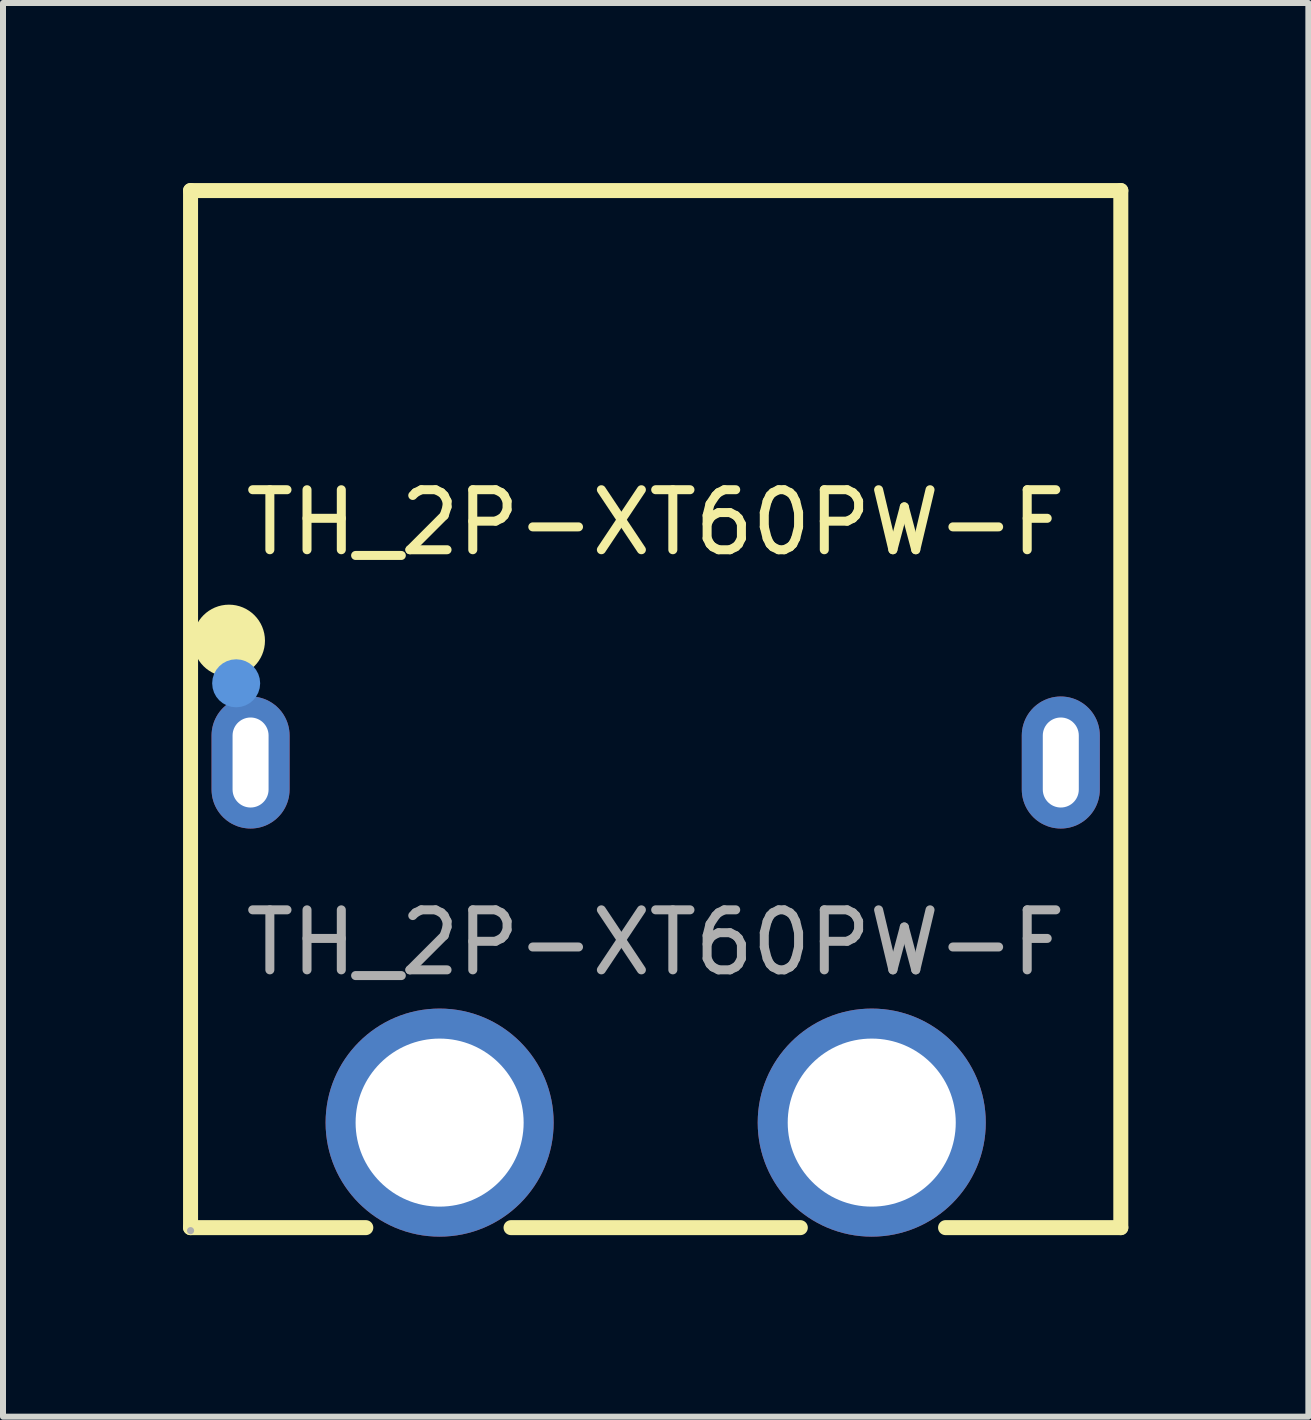
<source format=kicad_pcb>
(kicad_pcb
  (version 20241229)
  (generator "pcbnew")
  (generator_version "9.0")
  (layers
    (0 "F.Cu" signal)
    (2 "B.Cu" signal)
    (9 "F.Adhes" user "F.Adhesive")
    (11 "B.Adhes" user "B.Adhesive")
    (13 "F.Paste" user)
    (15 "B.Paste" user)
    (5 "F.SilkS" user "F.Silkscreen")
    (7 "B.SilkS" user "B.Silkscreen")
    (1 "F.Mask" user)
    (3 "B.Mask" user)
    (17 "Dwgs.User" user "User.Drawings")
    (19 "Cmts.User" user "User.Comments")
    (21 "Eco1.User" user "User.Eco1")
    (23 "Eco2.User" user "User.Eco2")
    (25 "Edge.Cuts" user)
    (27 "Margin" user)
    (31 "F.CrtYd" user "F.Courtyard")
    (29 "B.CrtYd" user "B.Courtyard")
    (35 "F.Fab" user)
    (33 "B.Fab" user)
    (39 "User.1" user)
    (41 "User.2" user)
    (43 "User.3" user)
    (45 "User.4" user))
  (footprint "TH_2P-XT60PW-F"
    (layer "F.Cu")
    (at 7.875 12.655)
    (property "Reference" "TH_2P-XT60PW-F" (at 0 -7 0) (layer "F.SilkS") (effects (font (size 1 1) (thickness 0.15))))
    (attr smd)
    (fp_line (start -7.75 -12.53) (end -7.75 4.75) (stroke (width 0.25) (type solid)) (layer "F.SilkS"))
    (fp_line (start -7.75 4.75) (end -4.83 4.75) (stroke (width 0.25) (type solid)) (layer "F.SilkS"))
    (fp_line (start -2.41 4.75) (end 2.41 4.75) (stroke (width 0.25) (type solid)) (layer "F.SilkS"))
    (fp_line (start 4.83 4.75) (end 7.75 4.75) (stroke (width 0.25) (type solid)) (layer "F.SilkS"))
    (fp_line (start 7.75 -12.53) (end -7.75 -12.53) (stroke (width 0.25) (type solid)) (layer "F.SilkS"))
    (fp_line (start 7.75 4.75) (end 7.75 -12.53) (stroke (width 0.25) (type solid)) (layer "F.SilkS"))
    (fp_circle (center -7.11 -5.03) (end -6.81 -5.03) (stroke (width 0.6) (type solid)) (fill no) (layer "F.SilkS"))
    (fp_circle (center -6.99 -4.32) (end -6.79 -4.32) (stroke (width 0.4) (type solid)) (fill no) (layer "Cmts.User"))
    (fp_circle (center -7.75 4.8) (end -7.72 4.8) (stroke (width 0.06) (type solid)) (fill no) (layer "F.Fab"))
    (fp_circle (center -3.6 3) (end -2.97 3) (stroke (width 1.25) (type solid)) (fill no) (layer "F.Fab"))
    (fp_circle (center 3.6 3) (end 4.23 3) (stroke (width 1.25) (type solid)) (fill no) (layer "F.Fab"))
    (fp_text user "${REFERENCE}" (at 0 0 0) (layer "F.Fab") (effects (font (size 1 1) (thickness 0.15))))
    (pad "1" thru_hole oval (at -6.75 -3 90) (size 2.2 1.3) (drill oval 1.5 0.6) (layers "*.Cu" "*.Mask"))
    (pad "2" thru_hole oval (at 6.75 -3 90) (size 2.2 1.3) (drill oval 1.5 0.6) (layers "*.Cu" "*.Mask"))
    (pad "3" thru_hole circle (at -3.6 3) (size 3.8 3.8) (drill 2.8) (layers "*.Cu" "*.Mask"))
    (pad "4" thru_hole circle (at 3.6 3) (size 3.8 3.8) (drill 2.8) (layers "*.Cu" "*.Mask")))
  (gr_rect
    (start -3 -3)
    (end 18.75 20.555)
    (stroke (width 0.1) (type default))
    (fill no)
    (layer "Edge.Cuts")))
</source>
